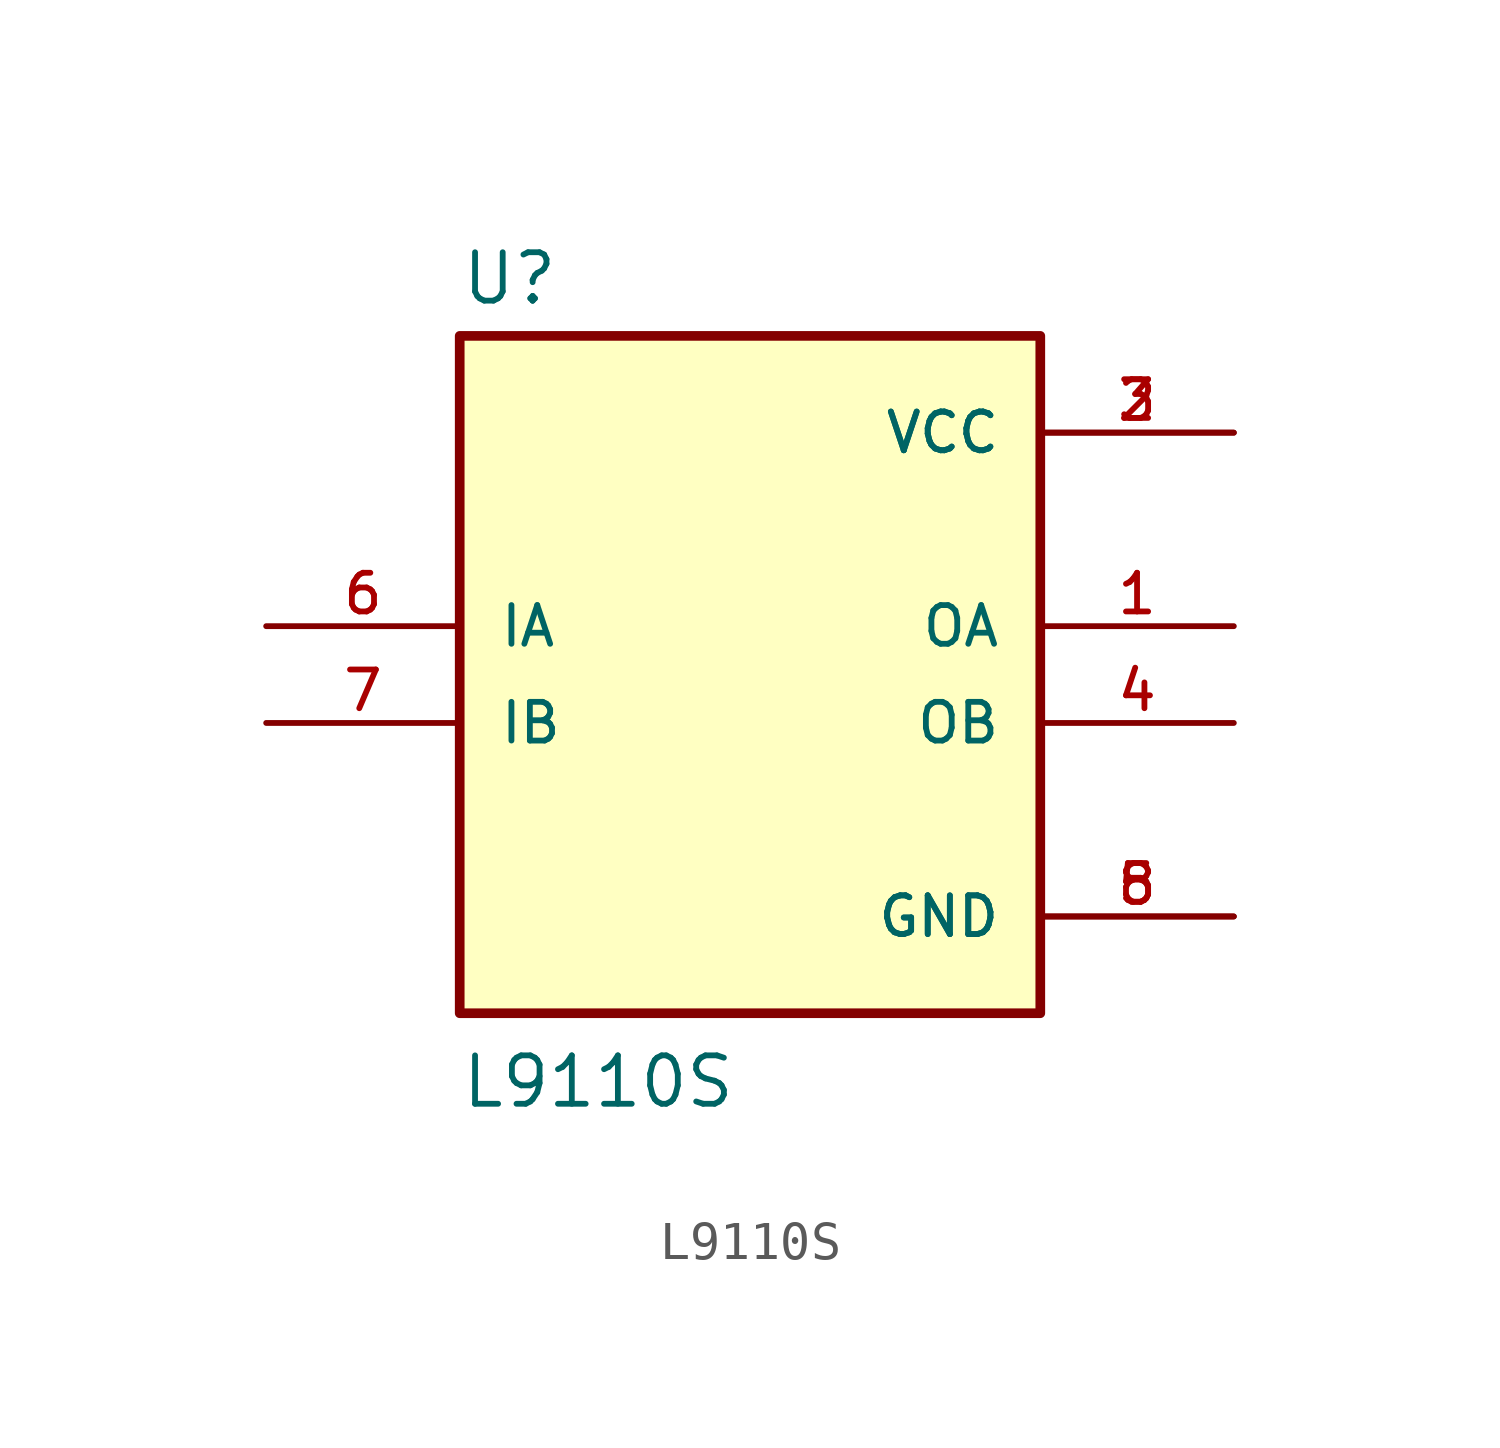
<source format=kicad_sym>
(kicad_symbol_lib
  (version 20211014)
  (generator kicad_symbol_editor)
  (symbol "L9110S"
    (pin_names
      (offset 1.016))
    (property "Reference" "U"
      (at -7.62 10.922 0)
      (effects (font (size 1.27 1.27)) (justify bottom left)))
    (property "Value" "L9110S"
      (at -7.62 -10.16 0)
      (effects (font (size 1.27 1.27)) (justify bottom left)))
    (symbol "L9110S_0_0"
      (rectangle (start -7.62 -7.62) (end 7.62 10.16) (stroke (width 0.254)) (fill (type background)))
      (pin output line (at 12.7 2.54 180.0) (length 5.08) (name "OA" (effects (font (size 1.016 1.016)))) (number "1" (effects (font (size 1.016 1.016)))))
      (pin power_in line (at 12.7 7.62 180.0) (length 5.08) (name "VCC" (effects (font (size 1.016 1.016)))) (number "2" (effects (font (size 1.016 1.016)))))
      (pin power_in line (at 12.7 7.62 180.0) (length 5.08) (name "VCC" (effects (font (size 1.016 1.016)))) (number "3" (effects (font (size 1.016 1.016)))))
      (pin output line (at 12.7 0.0 180.0) (length 5.08) (name "OB" (effects (font (size 1.016 1.016)))) (number "4" (effects (font (size 1.016 1.016)))))
      (pin power_in line (at 12.7 -5.08 180.0) (length 5.08) (name "GND" (effects (font (size 1.016 1.016)))) (number "5" (effects (font (size 1.016 1.016)))))
      (pin power_in line (at 12.7 -5.08 180.0) (length 5.08) (name "GND" (effects (font (size 1.016 1.016)))) (number "8" (effects (font (size 1.016 1.016)))))
      (pin input line (at -12.7 2.54 0) (length 5.08) (name "IA" (effects (font (size 1.016 1.016)))) (number "6" (effects (font (size 1.016 1.016)))))
      (pin input line (at -12.7 0.0 0) (length 5.08) (name "IB" (effects (font (size 1.016 1.016)))) (number "7" (effects (font (size 1.016 1.016))))))))
</source>
